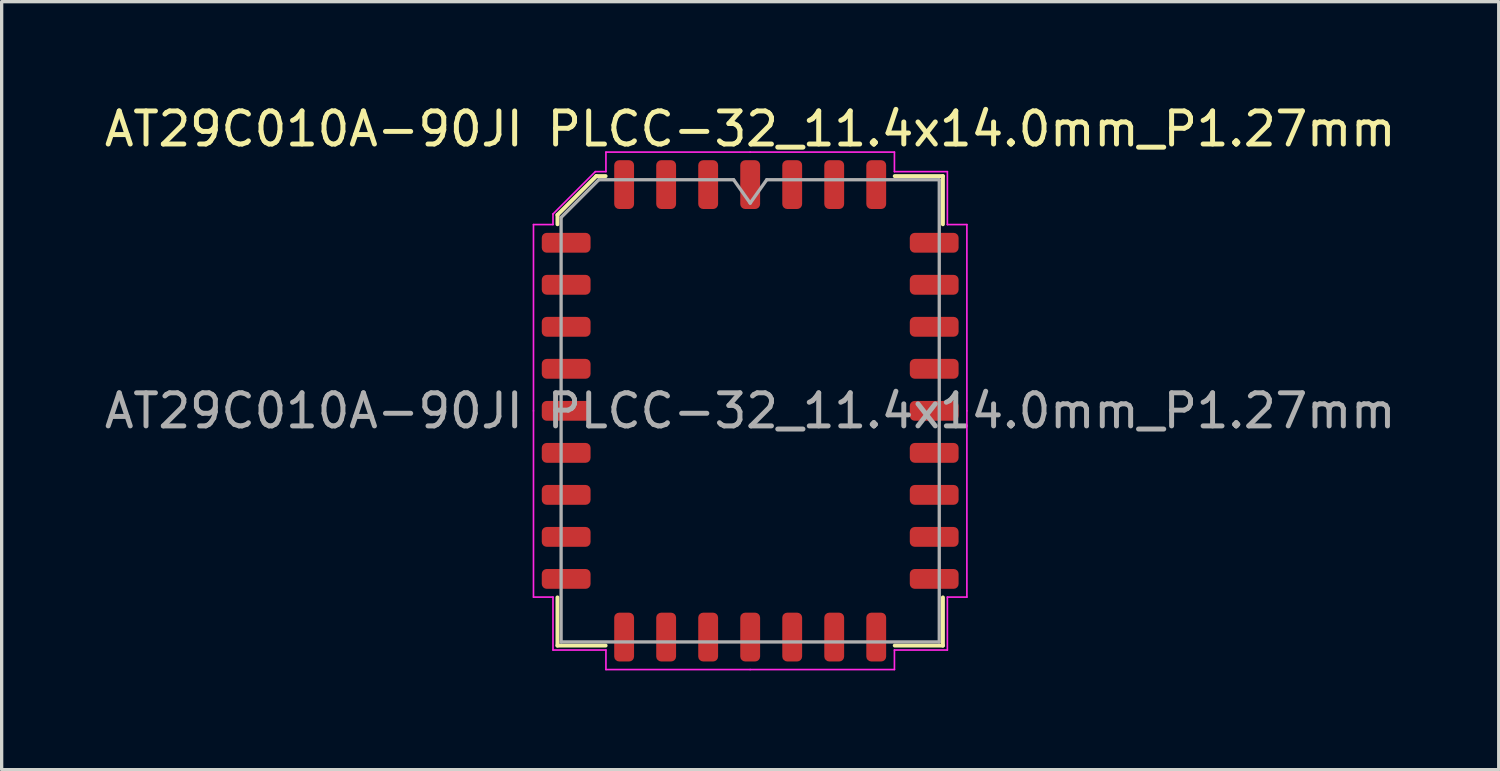
<source format=kicad_pcb>
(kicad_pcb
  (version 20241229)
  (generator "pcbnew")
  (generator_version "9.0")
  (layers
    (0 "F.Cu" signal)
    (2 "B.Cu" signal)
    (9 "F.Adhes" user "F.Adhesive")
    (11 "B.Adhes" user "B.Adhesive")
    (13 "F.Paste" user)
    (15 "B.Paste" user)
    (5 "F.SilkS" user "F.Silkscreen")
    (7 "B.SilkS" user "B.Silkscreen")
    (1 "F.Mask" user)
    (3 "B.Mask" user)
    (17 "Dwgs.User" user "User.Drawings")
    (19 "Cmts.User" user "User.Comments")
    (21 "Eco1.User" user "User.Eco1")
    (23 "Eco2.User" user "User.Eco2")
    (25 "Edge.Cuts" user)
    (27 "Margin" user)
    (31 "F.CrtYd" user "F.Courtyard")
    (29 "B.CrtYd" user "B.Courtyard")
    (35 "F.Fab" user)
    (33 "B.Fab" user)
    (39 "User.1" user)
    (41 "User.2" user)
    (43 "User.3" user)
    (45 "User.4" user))
  (footprint "AT29C010A-90JI PLCC-32_11.4x14.0mm_P1.27mm"
    (layer "F.Cu")
    (at 19.625 9.368)
    (property "Reference" "AT29C010A-90JI PLCC-32_11.4x14.0mm_P1.27mm" (at 0 -8.52 0) (layer "F.SilkS") (effects (font (size 1 1) (thickness 0.15))))
    (attr smd)
    (fp_line (start -5.825 -5.923) (end -5.825 -5.64) (stroke (width 0.12) (type solid)) (layer "F.SilkS"))
    (fp_line (start -5.825 7.095) (end -5.825 5.64) (stroke (width 0.12) (type solid)) (layer "F.SilkS"))
    (fp_line (start -4.653 -7.095) (end -5.825 -5.923) (stroke (width 0.12) (type solid)) (layer "F.SilkS"))
    (fp_line (start -4.37 -7.095) (end -4.653 -7.095) (stroke (width 0.12) (type solid)) (layer "F.SilkS"))
    (fp_line (start -4.37 7.095) (end -5.825 7.095) (stroke (width 0.12) (type solid)) (layer "F.SilkS"))
    (fp_line (start 4.37 -7.095) (end 5.825 -7.095) (stroke (width 0.12) (type solid)) (layer "F.SilkS"))
    (fp_line (start 4.37 7.095) (end 5.825 7.095) (stroke (width 0.12) (type solid)) (layer "F.SilkS"))
    (fp_line (start 5.825 -7.095) (end 5.825 -5.64) (stroke (width 0.12) (type solid)) (layer "F.SilkS"))
    (fp_line (start 5.825 7.095) (end 5.825 5.64) (stroke (width 0.12) (type solid)) (layer "F.SilkS"))
    (fp_line (start -6.55 -5.63) (end -6.55 0) (stroke (width 0.05) (type solid)) (layer "F.CrtYd"))
    (fp_line (start -6.55 5.63) (end -6.55 0) (stroke (width 0.05) (type solid)) (layer "F.CrtYd"))
    (fp_line (start -5.96 -5.95) (end -5.96 -5.63) (stroke (width 0.05) (type solid)) (layer "F.CrtYd"))
    (fp_line (start -5.96 -5.63) (end -6.55 -5.63) (stroke (width 0.05) (type solid)) (layer "F.CrtYd"))
    (fp_line (start -5.96 5.63) (end -6.55 5.63) (stroke (width 0.05) (type solid)) (layer "F.CrtYd"))
    (fp_line (start -5.96 7.23) (end -5.96 5.63) (stroke (width 0.05) (type solid)) (layer "F.CrtYd"))
    (fp_line (start -4.68 -7.23) (end -5.96 -5.95) (stroke (width 0.05) (type solid)) (layer "F.CrtYd"))
    (fp_line (start -4.36 -7.82) (end -4.36 -7.23) (stroke (width 0.05) (type solid)) (layer "F.CrtYd"))
    (fp_line (start -4.36 -7.23) (end -4.68 -7.23) (stroke (width 0.05) (type solid)) (layer "F.CrtYd"))
    (fp_line (start -4.36 7.23) (end -5.96 7.23) (stroke (width 0.05) (type solid)) (layer "F.CrtYd"))
    (fp_line (start -4.36 7.82) (end -4.36 7.23) (stroke (width 0.05) (type solid)) (layer "F.CrtYd"))
    (fp_line (start 0 -7.82) (end -4.36 -7.82) (stroke (width 0.05) (type solid)) (layer "F.CrtYd"))
    (fp_line (start 0 -7.82) (end 4.36 -7.82) (stroke (width 0.05) (type solid)) (layer "F.CrtYd"))
    (fp_line (start 0 7.82) (end -4.36 7.82) (stroke (width 0.05) (type solid)) (layer "F.CrtYd"))
    (fp_line (start 0 7.82) (end 4.36 7.82) (stroke (width 0.05) (type solid)) (layer "F.CrtYd"))
    (fp_line (start 4.36 -7.82) (end 4.36 -7.23) (stroke (width 0.05) (type solid)) (layer "F.CrtYd"))
    (fp_line (start 4.36 -7.23) (end 5.96 -7.23) (stroke (width 0.05) (type solid)) (layer "F.CrtYd"))
    (fp_line (start 4.36 7.23) (end 5.96 7.23) (stroke (width 0.05) (type solid)) (layer "F.CrtYd"))
    (fp_line (start 4.36 7.82) (end 4.36 7.23) (stroke (width 0.05) (type solid)) (layer "F.CrtYd"))
    (fp_line (start 5.96 -7.23) (end 5.96 -5.63) (stroke (width 0.05) (type solid)) (layer "F.CrtYd"))
    (fp_line (start 5.96 -5.63) (end 6.55 -5.63) (stroke (width 0.05) (type solid)) (layer "F.CrtYd"))
    (fp_line (start 5.96 5.63) (end 6.55 5.63) (stroke (width 0.05) (type solid)) (layer "F.CrtYd"))
    (fp_line (start 5.96 7.23) (end 5.96 5.63) (stroke (width 0.05) (type solid)) (layer "F.CrtYd"))
    (fp_line (start 6.55 -5.63) (end 6.55 0) (stroke (width 0.05) (type solid)) (layer "F.CrtYd"))
    (fp_line (start 6.55 5.63) (end 6.55 0) (stroke (width 0.05) (type solid)) (layer "F.CrtYd"))
    (fp_line (start -5.715 -5.845) (end -4.575 -6.985) (stroke (width 0.1) (type solid)) (layer "F.Fab"))
    (fp_line (start -5.715 6.985) (end -5.715 -5.845) (stroke (width 0.1) (type solid)) (layer "F.Fab"))
    (fp_line (start -4.575 -6.985) (end -0.5 -6.985) (stroke (width 0.1) (type solid)) (layer "F.Fab"))
    (fp_line (start -0.5 -6.985) (end 0 -6.278) (stroke (width 0.1) (type solid)) (layer "F.Fab"))
    (fp_line (start 0 -6.278) (end 0.5 -6.985) (stroke (width 0.1) (type solid)) (layer "F.Fab"))
    (fp_line (start 0.5 -6.985) (end 5.715 -6.985) (stroke (width 0.1) (type solid)) (layer "F.Fab"))
    (fp_line (start 5.715 -6.985) (end 5.715 6.985) (stroke (width 0.1) (type solid)) (layer "F.Fab"))
    (fp_line (start 5.715 6.985) (end -5.715 6.985) (stroke (width 0.1) (type solid)) (layer "F.Fab"))
    (fp_text user "${REFERENCE}" (at 0 0 0) (layer "F.Fab") (effects (font (size 1 1) (thickness 0.15))))
    (pad "1" smd roundrect (at 0 -6.838) (size 0.6 1.475) (layers "F.Cu" "F.Mask" "F.Paste") (roundrect_rratio 0.25))
    (pad "2" smd roundrect (at -1.27 -6.838) (size 0.6 1.475) (layers "F.Cu" "F.Mask" "F.Paste") (roundrect_rratio 0.25))
    (pad "3" smd roundrect (at -2.54 -6.838) (size 0.6 1.475) (layers "F.Cu" "F.Mask" "F.Paste") (roundrect_rratio 0.25))
    (pad "4" smd roundrect (at -3.81 -6.838) (size 0.6 1.475) (layers "F.Cu" "F.Mask" "F.Paste") (roundrect_rratio 0.25))
    (pad "5" smd roundrect (at -5.562 -5.08) (size 1.475 0.6) (layers "F.Cu" "F.Mask" "F.Paste") (roundrect_rratio 0.25))
    (pad "6" smd roundrect (at -5.562 -3.81) (size 1.475 0.6) (layers "F.Cu" "F.Mask" "F.Paste") (roundrect_rratio 0.25))
    (pad "7" smd roundrect (at -5.562 -2.54) (size 1.475 0.6) (layers "F.Cu" "F.Mask" "F.Paste") (roundrect_rratio 0.25))
    (pad "8" smd roundrect (at -5.562 -1.27) (size 1.475 0.6) (layers "F.Cu" "F.Mask" "F.Paste") (roundrect_rratio 0.25))
    (pad "9" smd roundrect (at -5.562 0) (size 1.475 0.6) (layers "F.Cu" "F.Mask" "F.Paste") (roundrect_rratio 0.25))
    (pad "10" smd roundrect (at -5.562 1.27) (size 1.475 0.6) (layers "F.Cu" "F.Mask" "F.Paste") (roundrect_rratio 0.25))
    (pad "11" smd roundrect (at -5.562 2.54) (size 1.475 0.6) (layers "F.Cu" "F.Mask" "F.Paste") (roundrect_rratio 0.25))
    (pad "12" smd roundrect (at -5.562 3.81) (size 1.475 0.6) (layers "F.Cu" "F.Mask" "F.Paste") (roundrect_rratio 0.25))
    (pad "13" smd roundrect (at -5.562 5.08) (size 1.475 0.6) (layers "F.Cu" "F.Mask" "F.Paste") (roundrect_rratio 0.25))
    (pad "14" smd roundrect (at -3.81 6.838) (size 0.6 1.475) (layers "F.Cu" "F.Mask" "F.Paste") (roundrect_rratio 0.25))
    (pad "15" smd roundrect (at -2.54 6.838) (size 0.6 1.475) (layers "F.Cu" "F.Mask" "F.Paste") (roundrect_rratio 0.25))
    (pad "16" smd roundrect (at -1.27 6.838) (size 0.6 1.475) (layers "F.Cu" "F.Mask" "F.Paste") (roundrect_rratio 0.25))
    (pad "17" smd roundrect (at 0 6.838) (size 0.6 1.475) (layers "F.Cu" "F.Mask" "F.Paste") (roundrect_rratio 0.25))
    (pad "18" smd roundrect (at 1.27 6.838) (size 0.6 1.475) (layers "F.Cu" "F.Mask" "F.Paste") (roundrect_rratio 0.25))
    (pad "19" smd roundrect (at 2.54 6.838) (size 0.6 1.475) (layers "F.Cu" "F.Mask" "F.Paste") (roundrect_rratio 0.25))
    (pad "20" smd roundrect (at 3.81 6.838) (size 0.6 1.475) (layers "F.Cu" "F.Mask" "F.Paste") (roundrect_rratio 0.25))
    (pad "21" smd roundrect (at 5.562 5.08) (size 1.475 0.6) (layers "F.Cu" "F.Mask" "F.Paste") (roundrect_rratio 0.25))
    (pad "22" smd roundrect (at 5.562 3.81) (size 1.475 0.6) (layers "F.Cu" "F.Mask" "F.Paste") (roundrect_rratio 0.25))
    (pad "23" smd roundrect (at 5.562 2.54) (size 1.475 0.6) (layers "F.Cu" "F.Mask" "F.Paste") (roundrect_rratio 0.25))
    (pad "24" smd roundrect (at 5.562 1.27) (size 1.475 0.6) (layers "F.Cu" "F.Mask" "F.Paste") (roundrect_rratio 0.25))
    (pad "25" smd roundrect (at 5.562 0) (size 1.475 0.6) (layers "F.Cu" "F.Mask" "F.Paste") (roundrect_rratio 0.25))
    (pad "26" smd roundrect (at 5.562 -1.27) (size 1.475 0.6) (layers "F.Cu" "F.Mask" "F.Paste") (roundrect_rratio 0.25))
    (pad "27" smd roundrect (at 5.562 -2.54) (size 1.475 0.6) (layers "F.Cu" "F.Mask" "F.Paste") (roundrect_rratio 0.25))
    (pad "28" smd roundrect (at 5.562 -3.81) (size 1.475 0.6) (layers "F.Cu" "F.Mask" "F.Paste") (roundrect_rratio 0.25))
    (pad "29" smd roundrect (at 5.562 -5.08) (size 1.475 0.6) (layers "F.Cu" "F.Mask" "F.Paste") (roundrect_rratio 0.25))
    (pad "30" smd roundrect (at 3.81 -6.838) (size 0.6 1.475) (layers "F.Cu" "F.Mask" "F.Paste") (roundrect_rratio 0.25))
    (pad "31" smd roundrect (at 2.54 -6.838) (size 0.6 1.475) (layers "F.Cu" "F.Mask" "F.Paste") (roundrect_rratio 0.25))
    (pad "32" smd roundrect (at 1.27 -6.838) (size 0.6 1.475) (layers "F.Cu" "F.Mask" "F.Paste") (roundrect_rratio 0.25)))
  (gr_rect
    (start -3 -3)
    (end 42.25 20.213)
    (stroke (width 0.1) (type default))
    (fill no)
    (layer "Edge.Cuts")))
</source>
